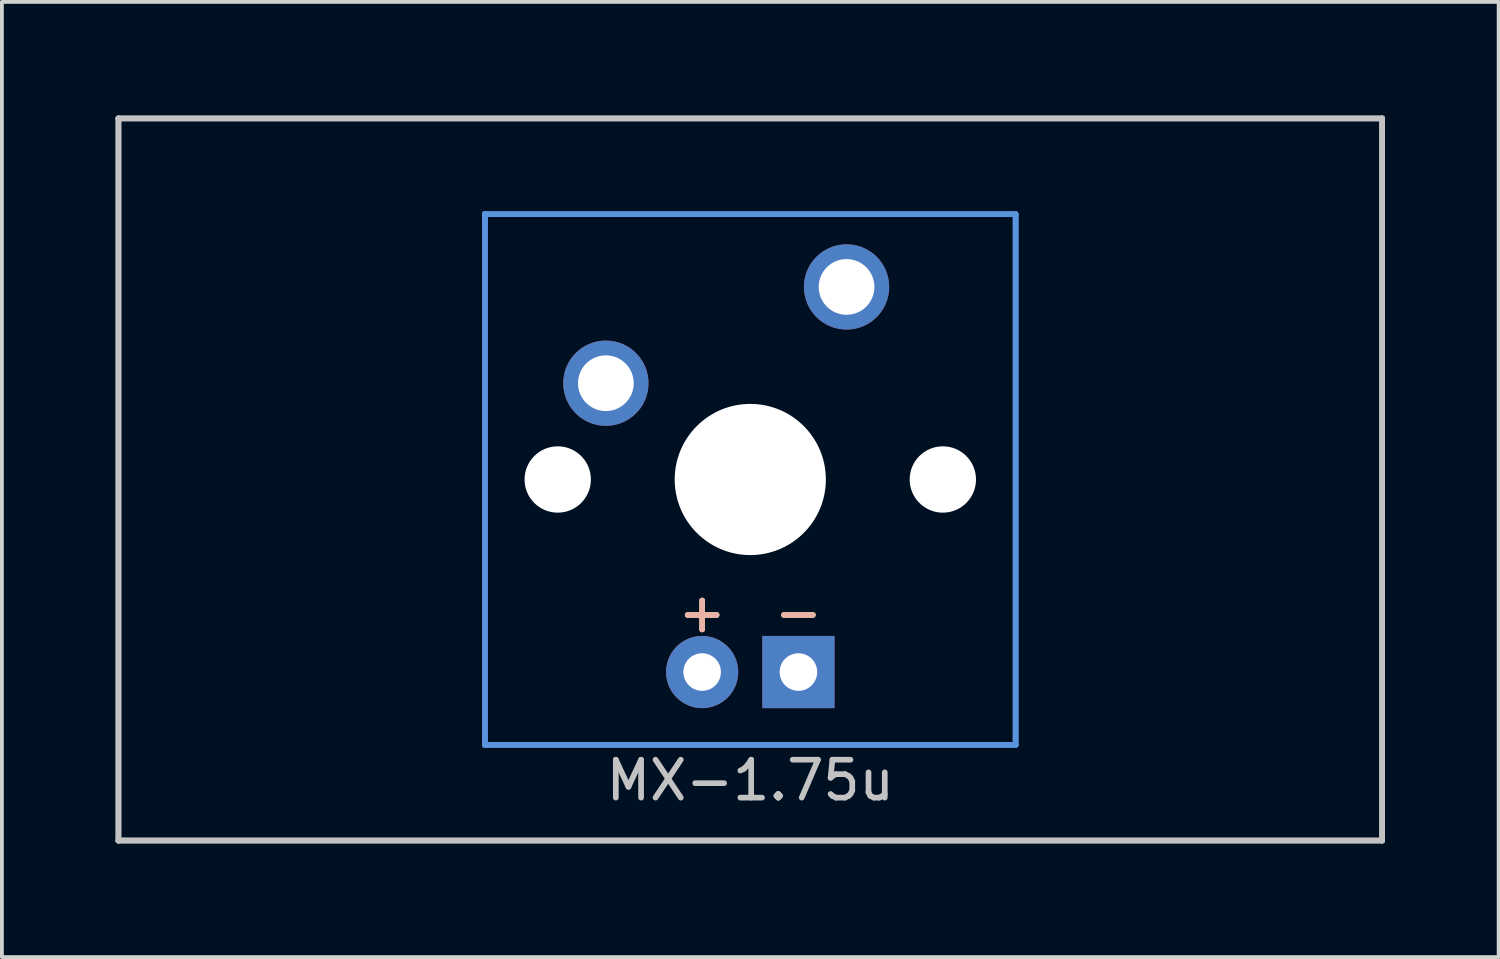
<source format=kicad_pcb>
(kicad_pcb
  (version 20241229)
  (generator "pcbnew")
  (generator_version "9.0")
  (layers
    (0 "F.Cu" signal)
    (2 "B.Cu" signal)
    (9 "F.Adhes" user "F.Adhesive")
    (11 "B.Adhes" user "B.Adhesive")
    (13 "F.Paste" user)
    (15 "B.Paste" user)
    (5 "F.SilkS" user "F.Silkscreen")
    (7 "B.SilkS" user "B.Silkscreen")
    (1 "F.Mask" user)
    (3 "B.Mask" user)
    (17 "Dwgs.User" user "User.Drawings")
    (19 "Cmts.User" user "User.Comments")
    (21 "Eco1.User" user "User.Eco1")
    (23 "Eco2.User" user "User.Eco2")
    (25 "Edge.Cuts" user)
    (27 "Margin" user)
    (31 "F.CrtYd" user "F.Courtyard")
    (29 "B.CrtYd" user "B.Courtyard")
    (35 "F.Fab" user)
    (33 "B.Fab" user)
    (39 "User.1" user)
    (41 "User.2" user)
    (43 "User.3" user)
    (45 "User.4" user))
  (footprint "MX-1.75u"
    (layer "F.Cu")
    (at 16.744 9.6)
    (property "Reference" "MX-1.75u" (at 0 7.938 0) (layer "Dwgs.User") (effects (font (size 1 1) (thickness 0.15))))
    (attr through_hole)
    (fp_line (start -16.669 -9.525) (end -16.669 -9.525) (stroke (width 0.15) (type solid)) (layer "Dwgs.User"))
    (fp_line (start -16.669 -9.525) (end -16.669 -9.525) (stroke (width 0.15) (type solid)) (layer "Dwgs.User"))
    (fp_line (start -16.669 -9.525) (end -16.669 9.525) (stroke (width 0.15) (type solid)) (layer "Dwgs.User"))
    (fp_line (start -16.669 -9.525) (end 16.669 -9.525) (stroke (width 0.15) (type solid)) (layer "Dwgs.User"))
    (fp_line (start -16.669 9.525) (end -16.669 -9.525) (stroke (width 0.15) (type solid)) (layer "Dwgs.User"))
    (fp_line (start -16.669 9.525) (end -16.669 9.525) (stroke (width 0.15) (type solid)) (layer "Dwgs.User"))
    (fp_line (start -16.669 9.525) (end -16.669 9.525) (stroke (width 0.15) (type solid)) (layer "Dwgs.User"))
    (fp_line (start -16.669 9.525) (end 16.669 9.525) (stroke (width 0.15) (type solid)) (layer "Dwgs.User"))
    (fp_line (start 16.669 -9.525) (end -16.669 -9.525) (stroke (width 0.15) (type solid)) (layer "Dwgs.User"))
    (fp_line (start 16.669 -9.525) (end 16.669 -9.525) (stroke (width 0.15) (type solid)) (layer "Dwgs.User"))
    (fp_line (start 16.669 -9.525) (end 16.669 -9.525) (stroke (width 0.15) (type solid)) (layer "Dwgs.User"))
    (fp_line (start 16.669 -9.525) (end 16.669 9.525) (stroke (width 0.15) (type solid)) (layer "Dwgs.User"))
    (fp_line (start 16.669 9.525) (end -16.669 9.525) (stroke (width 0.15) (type solid)) (layer "Dwgs.User"))
    (fp_line (start 16.669 9.525) (end 16.669 -9.525) (stroke (width 0.15) (type solid)) (layer "Dwgs.User"))
    (fp_line (start 16.669 9.525) (end 16.669 9.525) (stroke (width 0.15) (type solid)) (layer "Dwgs.User"))
    (fp_line (start 16.669 9.525) (end 16.669 9.525) (stroke (width 0.15) (type solid)) (layer "Dwgs.User"))
    (fp_line (start -7 -7) (end -7 -7) (stroke (width 0.15) (type solid)) (layer "Cmts.User"))
    (fp_line (start -7 -7) (end -7 -7) (stroke (width 0.15) (type solid)) (layer "Cmts.User"))
    (fp_line (start -7 -7) (end -7 7) (stroke (width 0.15) (type solid)) (layer "Cmts.User"))
    (fp_line (start -7 -7) (end 7 -7) (stroke (width 0.15) (type solid)) (layer "Cmts.User"))
    (fp_line (start -7 7) (end -7 -7) (stroke (width 0.15) (type solid)) (layer "Cmts.User"))
    (fp_line (start -7 7) (end -7 7) (stroke (width 0.15) (type solid)) (layer "Cmts.User"))
    (fp_line (start -7 7) (end -7 7) (stroke (width 0.15) (type solid)) (layer "Cmts.User"))
    (fp_line (start -7 7) (end 7 7) (stroke (width 0.15) (type solid)) (layer "Cmts.User"))
    (fp_line (start 7 -7) (end -7 -7) (stroke (width 0.15) (type solid)) (layer "Cmts.User"))
    (fp_line (start 7 -7) (end 7 -7) (stroke (width 0.15) (type solid)) (layer "Cmts.User"))
    (fp_line (start 7 -7) (end 7 -7) (stroke (width 0.15) (type solid)) (layer "Cmts.User"))
    (fp_line (start 7 -7) (end 7 7) (stroke (width 0.15) (type solid)) (layer "Cmts.User"))
    (fp_line (start 7 7) (end -7 7) (stroke (width 0.15) (type solid)) (layer "Cmts.User"))
    (fp_line (start 7 7) (end 7 -7) (stroke (width 0.15) (type solid)) (layer "Cmts.User"))
    (fp_line (start 7 7) (end 7 7) (stroke (width 0.15) (type solid)) (layer "Cmts.User"))
    (fp_line (start 7 7) (end 7 7) (stroke (width 0.15) (type solid)) (layer "Cmts.User"))
    (fp_text user "-" (at 1.27 3.5 0) (layer "F.SilkS") (effects (font (size 1 1) (thickness 0.15))))
    (fp_text user "+" (at -1.27 3.5 0) (layer "F.SilkS") (effects (font (size 1 1) (thickness 0.15))))
    (fp_text user "-" (at 1.27 3.5 0) (layer "B.SilkS") (effects (font (size 1 1) (thickness 0.15))))
    (fp_text user "+" (at -1.27 3.5 0) (layer "B.SilkS") (effects (font (size 1 1) (thickness 0.15))))
    (pad "" np_thru_hole circle (at -5.08 0) (size 1.75 1.75) (drill 1.75) (layers "*.Cu" "*.Mask"))
    (pad "" np_thru_hole circle (at 0 0) (size 3.988 3.988) (drill 3.988) (layers "*.Cu" "*.Mask"))
    (pad "" np_thru_hole circle (at 5.08 0) (size 1.75 1.75) (drill 1.75) (layers "*.Cu" "*.Mask"))
    (pad "1" thru_hole circle (at -3.81 -2.54) (size 2.25 2.25) (drill 1.47) (layers "*.Cu" "*.Mask"))
    (pad "2" thru_hole circle (at 2.54 -5.08) (size 2.25 2.25) (drill 1.47) (layers "*.Cu" "*.Mask"))
    (pad "3" thru_hole circle (at -1.27 5.08) (size 1.905 1.905) (drill 0.991) (layers "*.Cu" "*.Mask"))
    (pad "4" thru_hole rect (at 1.27 5.08) (size 1.905 1.905) (drill 0.991) (layers "*.Cu" "*.Mask")))
  (gr_rect
    (start -3 -3)
    (end 36.487 22.2)
    (stroke (width 0.1) (type default))
    (fill no)
    (layer "Edge.Cuts")))
</source>
